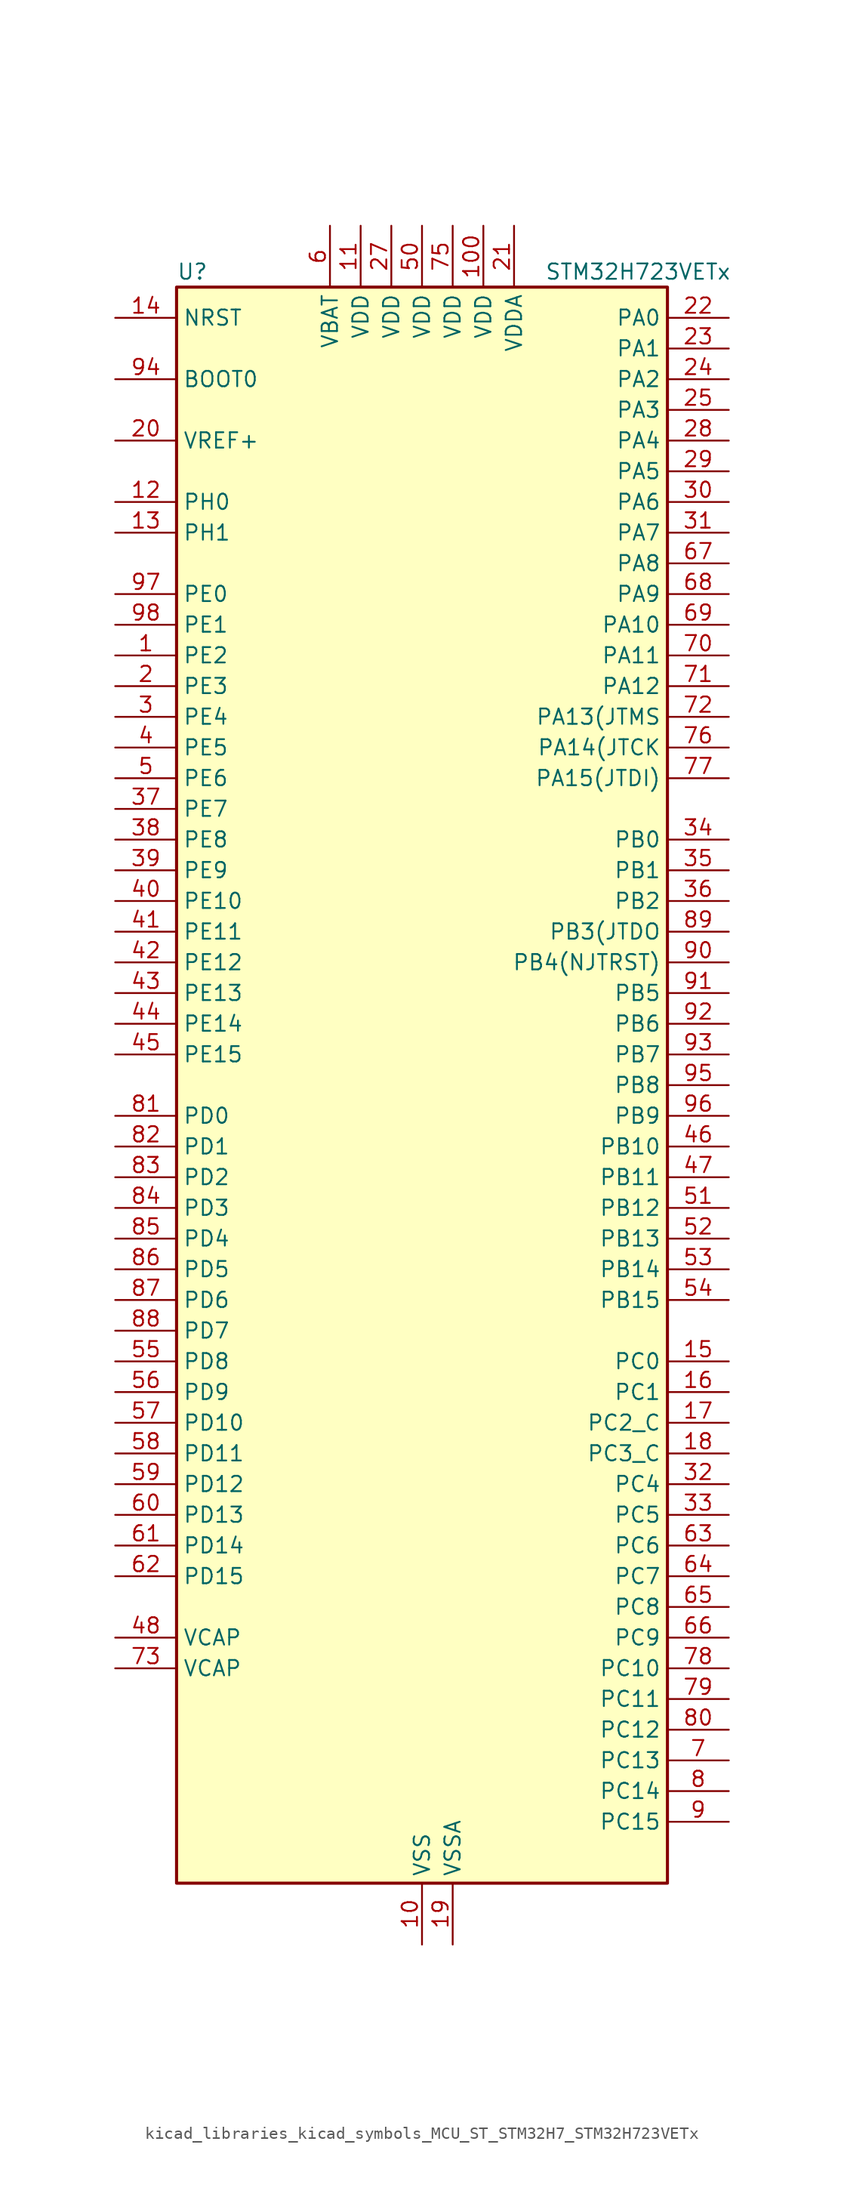
<source format=kicad_sym>
(kicad_symbol_lib
  (version 20220914)
  (generator kicad_symbol_editor)
  (symbol "kicad_libraries_kicad_symbols_MCU_ST_STM32H7_STM32H723VETx"
    (property "Reference" "U"
      (at -20.32 67.31 0)
      (effects (font (size 1.27 1.27)) (justify left)))
    (property "Value" "STM32H723VETx"
      (at 10.16 67.31 0)
      (effects (font (size 1.27 1.27)) (justify left)))
    (property "ki_locked" ""
      (at 0 0 0)
      (effects (font (size 1.27 1.27))))
    (symbol "kicad_libraries_kicad_symbols_MCU_ST_STM32H7_STM32H723VETx_0_1"
      (rectangle (start -20.32 -66.04) (end 20.32 66.04) (stroke (width 0.254) (type default)) (fill (type background))))
    (symbol "kicad_libraries_kicad_symbols_MCU_ST_STM32H7_STM32H723VETx_1_1"
      (pin bidirectional line (at -25.4 35.56 0) (length 5.08) (name "PE2" (effects (font (size 1.27 1.27)))) (number "1" (effects (font (size 1.27 1.27)))) (alternate "DEBUG_TRACECLK" bidirectional line) (alternate "ETH_TXD3" bidirectional line) (alternate "FMC_A23" bidirectional line) (alternate "OCTOSPIM_P1_IO2" bidirectional line) (alternate "SAI1_CK1" bidirectional line) (alternate "SAI1_MCLK_A" bidirectional line) (alternate "SAI4_CK1" bidirectional line) (alternate "SAI4_MCLK_A" bidirectional line) (alternate "SPI4_SCK" bidirectional line) (alternate "USART10_RX" bidirectional line))
      (pin power_in line (at 0 -71.12 90) (length 5.08) (name "VSS" (effects (font (size 1.27 1.27)))) (number "10" (effects (font (size 1.27 1.27)))))
      (pin power_in line (at 5.08 71.12 270) (length 5.08) (name "VDD" (effects (font (size 1.27 1.27)))) (number "100" (effects (font (size 1.27 1.27)))))
      (pin power_in line (at -5.08 71.12 270) (length 5.08) (name "VDD" (effects (font (size 1.27 1.27)))) (number "11" (effects (font (size 1.27 1.27)))))
      (pin bidirectional line (at -25.4 48.26 0) (length 5.08) (name "PH0" (effects (font (size 1.27 1.27)))) (number "12" (effects (font (size 1.27 1.27)))) (alternate "RCC_OSC_IN" bidirectional line))
      (pin bidirectional line (at -25.4 45.72 0) (length 5.08) (name "PH1" (effects (font (size 1.27 1.27)))) (number "13" (effects (font (size 1.27 1.27)))) (alternate "RCC_OSC_OUT" bidirectional line))
      (pin input line (at -25.4 63.5 0) (length 5.08) (name "NRST" (effects (font (size 1.27 1.27)))) (number "14" (effects (font (size 1.27 1.27)))))
      (pin bidirectional line (at 25.4 -22.86 180) (length 5.08) (name "PC0" (effects (font (size 1.27 1.27)))) (number "15" (effects (font (size 1.27 1.27)))) (alternate "ADC1_INP10" bidirectional line) (alternate "ADC2_INP10" bidirectional line) (alternate "ADC3_INP10" bidirectional line) (alternate "DFSDM1_CKIN0" bidirectional line) (alternate "DFSDM1_DATIN4" bidirectional line) (alternate "FMC_A25" bidirectional line) (alternate "FMC_D12" bidirectional line) (alternate "FMC_DA12" bidirectional line) (alternate "FMC_SDNWE" bidirectional line) (alternate "LTDC_G2" bidirectional line) (alternate "LTDC_R5" bidirectional line) (alternate "SAI4_FS_B" bidirectional line) (alternate "USB_OTG_HS_ULPI_STP" bidirectional line))
      (pin bidirectional line (at 25.4 -25.4 180) (length 5.08) (name "PC1" (effects (font (size 1.27 1.27)))) (number "16" (effects (font (size 1.27 1.27)))) (alternate "ADC1_INN10" bidirectional line) (alternate "ADC1_INP11" bidirectional line) (alternate "ADC2_INN10" bidirectional line) (alternate "ADC2_INP11" bidirectional line) (alternate "ADC3_INN10" bidirectional line) (alternate "ADC3_INP11" bidirectional line) (alternate "DEBUG_TRACED0" bidirectional line) (alternate "DFSDM1_CKIN4" bidirectional line) (alternate "DFSDM1_DATIN0" bidirectional line) (alternate "ETH_MDC" bidirectional line) (alternate "I2S2_SDO" bidirectional line) (alternate "LTDC_G5" bidirectional line) (alternate "MDIOS_MDC" bidirectional line) (alternate "OCTOSPIM_P1_IO4" bidirectional line) (alternate "PWR_WKUP6" bidirectional line) (alternate "RTC_TAMP3" bidirectional line) (alternate "SAI1_D1" bidirectional line) (alternate "SAI1_SD_A" bidirectional line) (alternate "SAI4_D1" bidirectional line) (alternate "SAI4_SD_A" bidirectional line) (alternate "SDMMC2_CK" bidirectional line) (alternate "SPI2_MOSI" bidirectional line))
      (pin bidirectional line (at 25.4 -27.94 180) (length 5.08) (name "PC2_C" (effects (font (size 1.27 1.27)))) (number "17" (effects (font (size 1.27 1.27)))) (alternate "ADC3_INN1" bidirectional line) (alternate "ADC3_INP0" bidirectional line) (alternate "DFSDM1_CKIN1" bidirectional line) (alternate "DFSDM1_CKOUT" bidirectional line) (alternate "ETH_TXD2" bidirectional line) (alternate "FMC_SDNE0" bidirectional line) (alternate "I2S2_SDI" bidirectional line) (alternate "OCTOSPIM_P1_IO2" bidirectional line) (alternate "OCTOSPIM_P1_IO5" bidirectional line) (alternate "PWR_CSTOP" bidirectional line) (alternate "SPI2_MISO" bidirectional line) (alternate "USB_OTG_HS_ULPI_DIR" bidirectional line))
      (pin bidirectional line (at 25.4 -30.48 180) (length 5.08) (name "PC3_C" (effects (font (size 1.27 1.27)))) (number "18" (effects (font (size 1.27 1.27)))) (alternate "ADC3_INP1" bidirectional line) (alternate "DFSDM1_DATIN1" bidirectional line) (alternate "ETH_TX_CLK" bidirectional line) (alternate "FMC_SDCKE0" bidirectional line) (alternate "I2S2_SDO" bidirectional line) (alternate "OCTOSPIM_P1_IO0" bidirectional line) (alternate "OCTOSPIM_P1_IO6" bidirectional line) (alternate "PWR_CSLEEP" bidirectional line) (alternate "SPI2_MOSI" bidirectional line) (alternate "USB_OTG_HS_ULPI_NXT" bidirectional line))
      (pin power_in line (at 2.54 -71.12 90) (length 5.08) (name "VSSA" (effects (font (size 1.27 1.27)))) (number "19" (effects (font (size 1.27 1.27)))))
      (pin bidirectional line (at -25.4 33.02 0) (length 5.08) (name "PE3" (effects (font (size 1.27 1.27)))) (number "2" (effects (font (size 1.27 1.27)))) (alternate "DEBUG_TRACED0" bidirectional line) (alternate "FMC_A19" bidirectional line) (alternate "SAI1_SD_B" bidirectional line) (alternate "SAI4_SD_B" bidirectional line) (alternate "TIM15_BKIN" bidirectional line) (alternate "USART10_TX" bidirectional line))
      (pin input line (at -25.4 53.34 0) (length 5.08) (name "VREF+" (effects (font (size 1.27 1.27)))) (number "20" (effects (font (size 1.27 1.27)))) (alternate "VREFBUF_OUT" bidirectional line))
      (pin power_in line (at 7.62 71.12 270) (length 5.08) (name "VDDA" (effects (font (size 1.27 1.27)))) (number "21" (effects (font (size 1.27 1.27)))))
      (pin bidirectional line (at 25.4 63.5 180) (length 5.08) (name "PA0" (effects (font (size 1.27 1.27)))) (number "22" (effects (font (size 1.27 1.27)))) (alternate "ADC1_INP16" bidirectional line) (alternate "ETH_CRS" bidirectional line) (alternate "FMC_A19" bidirectional line) (alternate "I2S6_WS" bidirectional line) (alternate "PWR_WKUP1" bidirectional line) (alternate "SAI4_SD_B" bidirectional line) (alternate "SDMMC2_CMD" bidirectional line) (alternate "SPI6_NSS" bidirectional line) (alternate "TIM15_BKIN" bidirectional line) (alternate "TIM2_CH1" bidirectional line) (alternate "TIM2_ETR" bidirectional line) (alternate "TIM5_CH1" bidirectional line) (alternate "TIM8_ETR" bidirectional line) (alternate "UART4_TX" bidirectional line) (alternate "USART2_CTS" bidirectional line) (alternate "USART2_NSS" bidirectional line))
      (pin bidirectional line (at 25.4 60.96 180) (length 5.08) (name "PA1" (effects (font (size 1.27 1.27)))) (number "23" (effects (font (size 1.27 1.27)))) (alternate "ADC1_INN16" bidirectional line) (alternate "ADC1_INP17" bidirectional line) (alternate "ETH_REF_CLK" bidirectional line) (alternate "ETH_RX_CLK" bidirectional line) (alternate "LPTIM3_OUT" bidirectional line) (alternate "LTDC_R2" bidirectional line) (alternate "OCTOSPIM_P1_DQS" bidirectional line) (alternate "OCTOSPIM_P1_IO3" bidirectional line) (alternate "SAI4_MCLK_B" bidirectional line) (alternate "TIM15_CH1N" bidirectional line) (alternate "TIM2_CH2" bidirectional line) (alternate "TIM5_CH2" bidirectional line) (alternate "UART4_RX" bidirectional line) (alternate "USART2_DE" bidirectional line) (alternate "USART2_RTS" bidirectional line))
      (pin bidirectional line (at 25.4 58.42 180) (length 5.08) (name "PA2" (effects (font (size 1.27 1.27)))) (number "24" (effects (font (size 1.27 1.27)))) (alternate "ADC1_INP14" bidirectional line) (alternate "ADC2_INP14" bidirectional line) (alternate "ETH_MDIO" bidirectional line) (alternate "LPTIM4_OUT" bidirectional line) (alternate "LTDC_R1" bidirectional line) (alternate "MDIOS_MDIO" bidirectional line) (alternate "OCTOSPIM_P1_IO0" bidirectional line) (alternate "PWR_WKUP2" bidirectional line) (alternate "SAI4_SCK_B" bidirectional line) (alternate "TIM15_CH1" bidirectional line) (alternate "TIM2_CH3" bidirectional line) (alternate "TIM5_CH3" bidirectional line) (alternate "USART2_TX" bidirectional line))
      (pin bidirectional line (at 25.4 55.88 180) (length 5.08) (name "PA3" (effects (font (size 1.27 1.27)))) (number "25" (effects (font (size 1.27 1.27)))) (alternate "ADC1_INP15" bidirectional line) (alternate "ADC2_INP15" bidirectional line) (alternate "ETH_COL" bidirectional line) (alternate "I2S6_MCK" bidirectional line) (alternate "LPTIM5_OUT" bidirectional line) (alternate "LTDC_B2" bidirectional line) (alternate "LTDC_B5" bidirectional line) (alternate "OCTOSPIM_P1_CLK" bidirectional line) (alternate "OCTOSPIM_P1_IO2" bidirectional line) (alternate "TIM15_CH2" bidirectional line) (alternate "TIM2_CH4" bidirectional line) (alternate "TIM5_CH4" bidirectional line) (alternate "USART2_RX" bidirectional line) (alternate "USB_OTG_HS_ULPI_D0" bidirectional line))
      (pin passive line (at 0 -71.12 90) (length 5.08) hide (name "VSS" (effects (font (size 1.27 1.27)))) (number "26" (effects (font (size 1.27 1.27)))))
      (pin power_in line (at -2.54 71.12 270) (length 5.08) (name "VDD" (effects (font (size 1.27 1.27)))) (number "27" (effects (font (size 1.27 1.27)))))
      (pin bidirectional line (at 25.4 53.34 180) (length 5.08) (name "PA4" (effects (font (size 1.27 1.27)))) (number "28" (effects (font (size 1.27 1.27)))) (alternate "ADC1_INP18" bidirectional line) (alternate "ADC2_INP18" bidirectional line) (alternate "DAC1_OUT1" bidirectional line) (alternate "DCMI_HSYNC" bidirectional line) (alternate "FMC_D8" bidirectional line) (alternate "FMC_DA8" bidirectional line) (alternate "I2S1_WS" bidirectional line) (alternate "I2S3_WS" bidirectional line) (alternate "I2S6_WS" bidirectional line) (alternate "LTDC_VSYNC" bidirectional line) (alternate "PSSI_DE" bidirectional line) (alternate "SPI1_NSS" bidirectional line) (alternate "SPI3_NSS" bidirectional line) (alternate "SPI6_NSS" bidirectional line) (alternate "TIM5_ETR" bidirectional line) (alternate "USART2_CK" bidirectional line))
      (pin bidirectional line (at 25.4 50.8 180) (length 5.08) (name "PA5" (effects (font (size 1.27 1.27)))) (number "29" (effects (font (size 1.27 1.27)))) (alternate "ADC1_INN18" bidirectional line) (alternate "ADC1_INP19" bidirectional line) (alternate "ADC2_INN18" bidirectional line) (alternate "ADC2_INP19" bidirectional line) (alternate "DAC1_OUT2" bidirectional line) (alternate "FMC_D9" bidirectional line) (alternate "FMC_DA9" bidirectional line) (alternate "I2S1_CK" bidirectional line) (alternate "I2S6_CK" bidirectional line) (alternate "LTDC_R4" bidirectional line) (alternate "PSSI_D14" bidirectional line) (alternate "PWR_NDSTOP2" bidirectional line) (alternate "SPI1_SCK" bidirectional line) (alternate "SPI6_SCK" bidirectional line) (alternate "TIM2_CH1" bidirectional line) (alternate "TIM2_ETR" bidirectional line) (alternate "TIM8_CH1N" bidirectional line) (alternate "USB_OTG_HS_ULPI_CK" bidirectional line))
      (pin bidirectional line (at -25.4 30.48 0) (length 5.08) (name "PE4" (effects (font (size 1.27 1.27)))) (number "3" (effects (font (size 1.27 1.27)))) (alternate "DCMI_D4" bidirectional line) (alternate "DEBUG_TRACED1" bidirectional line) (alternate "DFSDM1_DATIN3" bidirectional line) (alternate "FMC_A20" bidirectional line) (alternate "LTDC_B0" bidirectional line) (alternate "PSSI_D4" bidirectional line) (alternate "SAI1_D2" bidirectional line) (alternate "SAI1_FS_A" bidirectional line) (alternate "SAI4_D2" bidirectional line) (alternate "SAI4_FS_A" bidirectional line) (alternate "SPI4_NSS" bidirectional line) (alternate "TIM15_CH1N" bidirectional line))
      (pin bidirectional line (at 25.4 48.26 180) (length 5.08) (name "PA6" (effects (font (size 1.27 1.27)))) (number "30" (effects (font (size 1.27 1.27)))) (alternate "ADC1_INP3" bidirectional line) (alternate "ADC2_INP3" bidirectional line) (alternate "DCMI_PIXCLK" bidirectional line) (alternate "I2S1_SDI" bidirectional line) (alternate "I2S6_SDI" bidirectional line) (alternate "LTDC_G2" bidirectional line) (alternate "MDIOS_MDC" bidirectional line) (alternate "OCTOSPIM_P1_IO3" bidirectional line) (alternate "PSSI_PDCK" bidirectional line) (alternate "SPI1_MISO" bidirectional line) (alternate "SPI6_MISO" bidirectional line) (alternate "TIM13_CH1" bidirectional line) (alternate "TIM1_BKIN" bidirectional line) (alternate "TIM1_BKIN_COMP1" bidirectional line) (alternate "TIM1_BKIN_COMP2" bidirectional line) (alternate "TIM3_CH1" bidirectional line) (alternate "TIM8_BKIN" bidirectional line) (alternate "TIM8_BKIN_COMP1" bidirectional line) (alternate "TIM8_BKIN_COMP2" bidirectional line))
      (pin bidirectional line (at 25.4 45.72 180) (length 5.08) (name "PA7" (effects (font (size 1.27 1.27)))) (number "31" (effects (font (size 1.27 1.27)))) (alternate "ADC1_INN3" bidirectional line) (alternate "ADC1_INP7" bidirectional line) (alternate "ADC2_INN3" bidirectional line) (alternate "ADC2_INP7" bidirectional line) (alternate "ETH_CRS_DV" bidirectional line) (alternate "ETH_RX_DV" bidirectional line) (alternate "FMC_SDNWE" bidirectional line) (alternate "I2S1_SDO" bidirectional line) (alternate "I2S6_SDO" bidirectional line) (alternate "LTDC_VSYNC" bidirectional line) (alternate "OCTOSPIM_P1_IO2" bidirectional line) (alternate "OPAMP1_VINM" bidirectional line) (alternate "SPI1_MOSI" bidirectional line) (alternate "SPI6_MOSI" bidirectional line) (alternate "TIM14_CH1" bidirectional line) (alternate "TIM1_CH1N" bidirectional line) (alternate "TIM3_CH2" bidirectional line) (alternate "TIM8_CH1N" bidirectional line))
      (pin bidirectional line (at 25.4 -33.02 180) (length 5.08) (name "PC4" (effects (font (size 1.27 1.27)))) (number "32" (effects (font (size 1.27 1.27)))) (alternate "ADC1_INP4" bidirectional line) (alternate "ADC2_INP4" bidirectional line) (alternate "COMP1_INM" bidirectional line) (alternate "DFSDM1_CKIN2" bidirectional line) (alternate "ETH_RXD0" bidirectional line) (alternate "FMC_A22" bidirectional line) (alternate "FMC_SDNE0" bidirectional line) (alternate "I2S1_MCK" bidirectional line) (alternate "LTDC_R7" bidirectional line) (alternate "OPAMP1_VOUT" bidirectional line) (alternate "SDMMC2_CKIN" bidirectional line) (alternate "SPDIFRX1_IN2" bidirectional line))
      (pin bidirectional line (at 25.4 -35.56 180) (length 5.08) (name "PC5" (effects (font (size 1.27 1.27)))) (number "33" (effects (font (size 1.27 1.27)))) (alternate "ADC1_INN4" bidirectional line) (alternate "ADC1_INP8" bidirectional line) (alternate "ADC2_INN4" bidirectional line) (alternate "ADC2_INP8" bidirectional line) (alternate "COMP1_OUT" bidirectional line) (alternate "DFSDM1_DATIN2" bidirectional line) (alternate "ETH_RXD1" bidirectional line) (alternate "FMC_SDCKE0" bidirectional line) (alternate "LTDC_DE" bidirectional line) (alternate "OCTOSPIM_P1_DQS" bidirectional line) (alternate "OPAMP1_VINM" bidirectional line) (alternate "PSSI_D15" bidirectional line) (alternate "SAI1_D3" bidirectional line) (alternate "SAI4_D3" bidirectional line) (alternate "SPDIFRX1_IN3" bidirectional line))
      (pin bidirectional line (at 25.4 20.32 180) (length 5.08) (name "PB0" (effects (font (size 1.27 1.27)))) (number "34" (effects (font (size 1.27 1.27)))) (alternate "ADC1_INN5" bidirectional line) (alternate "ADC1_INP9" bidirectional line) (alternate "ADC2_INN5" bidirectional line) (alternate "ADC2_INP9" bidirectional line) (alternate "COMP1_INP" bidirectional line) (alternate "DFSDM1_CKOUT" bidirectional line) (alternate "ETH_RXD2" bidirectional line) (alternate "LTDC_G1" bidirectional line) (alternate "LTDC_R3" bidirectional line) (alternate "OCTOSPIM_P1_IO1" bidirectional line) (alternate "OPAMP1_VINP" bidirectional line) (alternate "TIM1_CH2N" bidirectional line) (alternate "TIM3_CH3" bidirectional line) (alternate "TIM8_CH2N" bidirectional line) (alternate "UART4_CTS" bidirectional line) (alternate "USB_OTG_HS_ULPI_D1" bidirectional line))
      (pin bidirectional line (at 25.4 17.78 180) (length 5.08) (name "PB1" (effects (font (size 1.27 1.27)))) (number "35" (effects (font (size 1.27 1.27)))) (alternate "ADC1_INP5" bidirectional line) (alternate "ADC2_INP5" bidirectional line) (alternate "COMP1_INM" bidirectional line) (alternate "DFSDM1_DATIN1" bidirectional line) (alternate "ETH_RXD3" bidirectional line) (alternate "LTDC_G0" bidirectional line) (alternate "LTDC_R6" bidirectional line) (alternate "OCTOSPIM_P1_IO0" bidirectional line) (alternate "TIM1_CH3N" bidirectional line) (alternate "TIM3_CH4" bidirectional line) (alternate "TIM8_CH3N" bidirectional line) (alternate "USB_OTG_HS_ULPI_D2" bidirectional line))
      (pin bidirectional line (at 25.4 15.24 180) (length 5.08) (name "PB2" (effects (font (size 1.27 1.27)))) (number "36" (effects (font (size 1.27 1.27)))) (alternate "COMP1_INP" bidirectional line) (alternate "DFSDM1_CKIN1" bidirectional line) (alternate "ETH_TX_ER" bidirectional line) (alternate "I2S3_SDO" bidirectional line) (alternate "OCTOSPIM_P1_CLK" bidirectional line) (alternate "OCTOSPIM_P1_DQS" bidirectional line) (alternate "RTC_OUT_ALARM" bidirectional line) (alternate "RTC_OUT_CALIB" bidirectional line) (alternate "SAI1_D1" bidirectional line) (alternate "SAI1_SD_A" bidirectional line) (alternate "SAI4_D1" bidirectional line) (alternate "SAI4_SD_A" bidirectional line) (alternate "SPI3_MOSI" bidirectional line) (alternate "TIM23_ETR" bidirectional line))
      (pin bidirectional line (at -25.4 22.86 0) (length 5.08) (name "PE7" (effects (font (size 1.27 1.27)))) (number "37" (effects (font (size 1.27 1.27)))) (alternate "COMP2_INM" bidirectional line) (alternate "DFSDM1_DATIN2" bidirectional line) (alternate "FMC_D4" bidirectional line) (alternate "FMC_DA4" bidirectional line) (alternate "OCTOSPIM_P1_IO4" bidirectional line) (alternate "OPAMP2_VOUT" bidirectional line) (alternate "TIM1_ETR" bidirectional line) (alternate "UART7_RX" bidirectional line))
      (pin bidirectional line (at -25.4 20.32 0) (length 5.08) (name "PE8" (effects (font (size 1.27 1.27)))) (number "38" (effects (font (size 1.27 1.27)))) (alternate "COMP2_OUT" bidirectional line) (alternate "DFSDM1_CKIN2" bidirectional line) (alternate "FMC_D5" bidirectional line) (alternate "FMC_DA5" bidirectional line) (alternate "OCTOSPIM_P1_IO5" bidirectional line) (alternate "OPAMP2_VINM" bidirectional line) (alternate "TIM1_CH1N" bidirectional line) (alternate "UART7_TX" bidirectional line))
      (pin bidirectional line (at -25.4 17.78 0) (length 5.08) (name "PE9" (effects (font (size 1.27 1.27)))) (number "39" (effects (font (size 1.27 1.27)))) (alternate "COMP2_INP" bidirectional line) (alternate "DAC1_EXTI9" bidirectional line) (alternate "DFSDM1_CKOUT" bidirectional line) (alternate "FMC_D6" bidirectional line) (alternate "FMC_DA6" bidirectional line) (alternate "OCTOSPIM_P1_IO6" bidirectional line) (alternate "OPAMP2_VINP" bidirectional line) (alternate "TIM1_CH1" bidirectional line) (alternate "UART7_DE" bidirectional line) (alternate "UART7_RTS" bidirectional line))
      (pin bidirectional line (at -25.4 27.94 0) (length 5.08) (name "PE5" (effects (font (size 1.27 1.27)))) (number "4" (effects (font (size 1.27 1.27)))) (alternate "DCMI_D6" bidirectional line) (alternate "DEBUG_TRACED2" bidirectional line) (alternate "DFSDM1_CKIN3" bidirectional line) (alternate "FMC_A21" bidirectional line) (alternate "LTDC_G0" bidirectional line) (alternate "PSSI_D6" bidirectional line) (alternate "SAI1_CK2" bidirectional line) (alternate "SAI1_SCK_A" bidirectional line) (alternate "SAI4_CK2" bidirectional line) (alternate "SAI4_SCK_A" bidirectional line) (alternate "SPI4_MISO" bidirectional line) (alternate "TIM15_CH1" bidirectional line))
      (pin bidirectional line (at -25.4 15.24 0) (length 5.08) (name "PE10" (effects (font (size 1.27 1.27)))) (number "40" (effects (font (size 1.27 1.27)))) (alternate "COMP2_INM" bidirectional line) (alternate "DFSDM1_DATIN4" bidirectional line) (alternate "FMC_D7" bidirectional line) (alternate "FMC_DA7" bidirectional line) (alternate "OCTOSPIM_P1_IO7" bidirectional line) (alternate "TIM1_CH2N" bidirectional line) (alternate "UART7_CTS" bidirectional line))
      (pin bidirectional line (at -25.4 12.7 0) (length 5.08) (name "PE11" (effects (font (size 1.27 1.27)))) (number "41" (effects (font (size 1.27 1.27)))) (alternate "ADC1_EXTI11" bidirectional line) (alternate "ADC2_EXTI11" bidirectional line) (alternate "ADC3_EXTI11" bidirectional line) (alternate "COMP2_INP" bidirectional line) (alternate "DFSDM1_CKIN4" bidirectional line) (alternate "FMC_D8" bidirectional line) (alternate "FMC_DA8" bidirectional line) (alternate "LTDC_G3" bidirectional line) (alternate "OCTOSPIM_P1_NCS" bidirectional line) (alternate "SAI4_SD_B" bidirectional line) (alternate "SPI4_NSS" bidirectional line) (alternate "TIM1_CH2" bidirectional line))
      (pin bidirectional line (at -25.4 10.16 0) (length 5.08) (name "PE12" (effects (font (size 1.27 1.27)))) (number "42" (effects (font (size 1.27 1.27)))) (alternate "COMP1_OUT" bidirectional line) (alternate "DFSDM1_DATIN5" bidirectional line) (alternate "FMC_D9" bidirectional line) (alternate "FMC_DA9" bidirectional line) (alternate "LTDC_B4" bidirectional line) (alternate "SAI4_SCK_B" bidirectional line) (alternate "SPI4_SCK" bidirectional line) (alternate "TIM1_CH3N" bidirectional line))
      (pin bidirectional line (at -25.4 7.62 0) (length 5.08) (name "PE13" (effects (font (size 1.27 1.27)))) (number "43" (effects (font (size 1.27 1.27)))) (alternate "COMP2_OUT" bidirectional line) (alternate "DFSDM1_CKIN5" bidirectional line) (alternate "FMC_D10" bidirectional line) (alternate "FMC_DA10" bidirectional line) (alternate "LTDC_DE" bidirectional line) (alternate "SAI4_FS_B" bidirectional line) (alternate "SPI4_MISO" bidirectional line) (alternate "TIM1_CH3" bidirectional line))
      (pin bidirectional line (at -25.4 5.08 0) (length 5.08) (name "PE14" (effects (font (size 1.27 1.27)))) (number "44" (effects (font (size 1.27 1.27)))) (alternate "FMC_D11" bidirectional line) (alternate "FMC_DA11" bidirectional line) (alternate "LTDC_CLK" bidirectional line) (alternate "SAI4_MCLK_B" bidirectional line) (alternate "SPI4_MOSI" bidirectional line) (alternate "TIM1_CH4" bidirectional line))
      (pin bidirectional line (at -25.4 2.54 0) (length 5.08) (name "PE15" (effects (font (size 1.27 1.27)))) (number "45" (effects (font (size 1.27 1.27)))) (alternate "ADC1_EXTI15" bidirectional line) (alternate "ADC2_EXTI15" bidirectional line) (alternate "ADC3_EXTI15" bidirectional line) (alternate "FMC_D12" bidirectional line) (alternate "FMC_DA12" bidirectional line) (alternate "LTDC_R7" bidirectional line) (alternate "TIM1_BKIN" bidirectional line) (alternate "TIM1_BKIN_COMP1" bidirectional line) (alternate "TIM1_BKIN_COMP2" bidirectional line) (alternate "USART10_CK" bidirectional line))
      (pin bidirectional line (at 25.4 -5.08 180) (length 5.08) (name "PB10" (effects (font (size 1.27 1.27)))) (number "46" (effects (font (size 1.27 1.27)))) (alternate "DFSDM1_DATIN7" bidirectional line) (alternate "ETH_RX_ER" bidirectional line) (alternate "I2C2_SCL" bidirectional line) (alternate "I2S2_CK" bidirectional line) (alternate "LPTIM2_IN1" bidirectional line) (alternate "LTDC_G4" bidirectional line) (alternate "OCTOSPIM_P1_NCS" bidirectional line) (alternate "SPI2_SCK" bidirectional line) (alternate "TIM2_CH3" bidirectional line) (alternate "USART3_TX" bidirectional line) (alternate "USB_OTG_HS_ULPI_D3" bidirectional line))
      (pin bidirectional line (at 25.4 -7.62 180) (length 5.08) (name "PB11" (effects (font (size 1.27 1.27)))) (number "47" (effects (font (size 1.27 1.27)))) (alternate "ADC1_EXTI11" bidirectional line) (alternate "ADC2_EXTI11" bidirectional line) (alternate "ADC3_EXTI11" bidirectional line) (alternate "DFSDM1_CKIN7" bidirectional line) (alternate "ETH_TX_EN" bidirectional line) (alternate "I2C2_SDA" bidirectional line) (alternate "LPTIM2_ETR" bidirectional line) (alternate "LTDC_G5" bidirectional line) (alternate "TIM2_CH4" bidirectional line) (alternate "USART3_RX" bidirectional line) (alternate "USB_OTG_HS_ULPI_D4" bidirectional line))
      (pin power_out line (at -25.4 -45.72 0) (length 5.08) (name "VCAP" (effects (font (size 1.27 1.27)))) (number "48" (effects (font (size 1.27 1.27)))))
      (pin passive line (at 0 -71.12 90) (length 5.08) hide (name "VSS" (effects (font (size 1.27 1.27)))) (number "49" (effects (font (size 1.27 1.27)))))
      (pin bidirectional line (at -25.4 25.4 0) (length 5.08) (name "PE6" (effects (font (size 1.27 1.27)))) (number "5" (effects (font (size 1.27 1.27)))) (alternate "DCMI_D7" bidirectional line) (alternate "DEBUG_TRACED3" bidirectional line) (alternate "FMC_A22" bidirectional line) (alternate "LTDC_G1" bidirectional line) (alternate "PSSI_D7" bidirectional line) (alternate "SAI1_D1" bidirectional line) (alternate "SAI1_SD_A" bidirectional line) (alternate "SAI4_D1" bidirectional line) (alternate "SAI4_MCLK_B" bidirectional line) (alternate "SAI4_SD_A" bidirectional line) (alternate "SPI4_MOSI" bidirectional line) (alternate "TIM15_CH2" bidirectional line) (alternate "TIM1_BKIN2" bidirectional line) (alternate "TIM1_BKIN2_COMP1" bidirectional line) (alternate "TIM1_BKIN2_COMP2" bidirectional line))
      (pin power_in line (at 0 71.12 270) (length 5.08) (name "VDD" (effects (font (size 1.27 1.27)))) (number "50" (effects (font (size 1.27 1.27)))))
      (pin bidirectional line (at 25.4 -10.16 180) (length 5.08) (name "PB12" (effects (font (size 1.27 1.27)))) (number "51" (effects (font (size 1.27 1.27)))) (alternate "DFSDM1_DATIN1" bidirectional line) (alternate "ETH_TXD0" bidirectional line) (alternate "FDCAN2_RX" bidirectional line) (alternate "I2C2_SMBA" bidirectional line) (alternate "I2S2_WS" bidirectional line) (alternate "OCTOSPIM_P1_IO0" bidirectional line) (alternate "OCTOSPIM_P1_NCLK" bidirectional line) (alternate "SPI2_NSS" bidirectional line) (alternate "TIM1_BKIN" bidirectional line) (alternate "TIM1_BKIN_COMP1" bidirectional line) (alternate "TIM1_BKIN_COMP2" bidirectional line) (alternate "UART5_RX" bidirectional line) (alternate "USART3_CK" bidirectional line) (alternate "USB_OTG_HS_ULPI_D5" bidirectional line))
      (pin bidirectional line (at 25.4 -12.7 180) (length 5.08) (name "PB13" (effects (font (size 1.27 1.27)))) (number "52" (effects (font (size 1.27 1.27)))) (alternate "DCMI_D2" bidirectional line) (alternate "DFSDM1_CKIN1" bidirectional line) (alternate "ETH_TXD1" bidirectional line) (alternate "FDCAN2_TX" bidirectional line) (alternate "I2S2_CK" bidirectional line) (alternate "LPTIM2_OUT" bidirectional line) (alternate "OCTOSPIM_P1_IO2" bidirectional line) (alternate "PSSI_D2" bidirectional line) (alternate "SDMMC1_D0" bidirectional line) (alternate "SPI2_SCK" bidirectional line) (alternate "TIM1_CH1N" bidirectional line) (alternate "UART5_TX" bidirectional line) (alternate "USART3_CTS" bidirectional line) (alternate "USART3_NSS" bidirectional line) (alternate "USB_OTG_HS_ULPI_D6" bidirectional line))
      (pin bidirectional line (at 25.4 -15.24 180) (length 5.08) (name "PB14" (effects (font (size 1.27 1.27)))) (number "53" (effects (font (size 1.27 1.27)))) (alternate "DFSDM1_DATIN2" bidirectional line) (alternate "FMC_D10" bidirectional line) (alternate "FMC_DA10" bidirectional line) (alternate "I2S2_SDI" bidirectional line) (alternate "LTDC_CLK" bidirectional line) (alternate "SDMMC2_D0" bidirectional line) (alternate "SPI2_MISO" bidirectional line) (alternate "TIM12_CH1" bidirectional line) (alternate "TIM1_CH2N" bidirectional line) (alternate "TIM8_CH2N" bidirectional line) (alternate "UART4_DE" bidirectional line) (alternate "UART4_RTS" bidirectional line) (alternate "USART1_TX" bidirectional line) (alternate "USART3_DE" bidirectional line) (alternate "USART3_RTS" bidirectional line))
      (pin bidirectional line (at 25.4 -17.78 180) (length 5.08) (name "PB15" (effects (font (size 1.27 1.27)))) (number "54" (effects (font (size 1.27 1.27)))) (alternate "ADC1_EXTI15" bidirectional line) (alternate "ADC2_EXTI15" bidirectional line) (alternate "ADC3_EXTI15" bidirectional line) (alternate "DFSDM1_CKIN2" bidirectional line) (alternate "FMC_D11" bidirectional line) (alternate "FMC_DA11" bidirectional line) (alternate "I2S2_SDO" bidirectional line) (alternate "LTDC_G7" bidirectional line) (alternate "RTC_REFIN" bidirectional line) (alternate "SDMMC2_D1" bidirectional line) (alternate "SPI2_MOSI" bidirectional line) (alternate "TIM12_CH2" bidirectional line) (alternate "TIM1_CH3N" bidirectional line) (alternate "TIM8_CH3N" bidirectional line) (alternate "UART4_CTS" bidirectional line) (alternate "USART1_RX" bidirectional line))
      (pin bidirectional line (at -25.4 -22.86 0) (length 5.08) (name "PD8" (effects (font (size 1.27 1.27)))) (number "55" (effects (font (size 1.27 1.27)))) (alternate "DFSDM1_CKIN3" bidirectional line) (alternate "FMC_D13" bidirectional line) (alternate "FMC_DA13" bidirectional line) (alternate "SPDIFRX1_IN1" bidirectional line) (alternate "USART3_TX" bidirectional line))
      (pin bidirectional line (at -25.4 -25.4 0) (length 5.08) (name "PD9" (effects (font (size 1.27 1.27)))) (number "56" (effects (font (size 1.27 1.27)))) (alternate "DAC1_EXTI9" bidirectional line) (alternate "DFSDM1_DATIN3" bidirectional line) (alternate "FMC_D14" bidirectional line) (alternate "FMC_DA14" bidirectional line) (alternate "USART3_RX" bidirectional line))
      (pin bidirectional line (at -25.4 -27.94 0) (length 5.08) (name "PD10" (effects (font (size 1.27 1.27)))) (number "57" (effects (font (size 1.27 1.27)))) (alternate "DFSDM1_CKOUT" bidirectional line) (alternate "FMC_D15" bidirectional line) (alternate "FMC_DA15" bidirectional line) (alternate "LTDC_B3" bidirectional line) (alternate "USART3_CK" bidirectional line))
      (pin bidirectional line (at -25.4 -30.48 0) (length 5.08) (name "PD11" (effects (font (size 1.27 1.27)))) (number "58" (effects (font (size 1.27 1.27)))) (alternate "ADC1_EXTI11" bidirectional line) (alternate "ADC2_EXTI11" bidirectional line) (alternate "ADC3_EXTI11" bidirectional line) (alternate "FMC_A16" bidirectional line) (alternate "FMC_CLE" bidirectional line) (alternate "I2C4_SMBA" bidirectional line) (alternate "LPTIM2_IN2" bidirectional line) (alternate "OCTOSPIM_P1_IO0" bidirectional line) (alternate "SAI4_SD_A" bidirectional line) (alternate "USART3_CTS" bidirectional line) (alternate "USART3_NSS" bidirectional line))
      (pin bidirectional line (at -25.4 -33.02 0) (length 5.08) (name "PD12" (effects (font (size 1.27 1.27)))) (number "59" (effects (font (size 1.27 1.27)))) (alternate "DCMI_D12" bidirectional line) (alternate "FDCAN3_RX" bidirectional line) (alternate "FMC_A17" bidirectional line) (alternate "FMC_ALE" bidirectional line) (alternate "I2C4_SCL" bidirectional line) (alternate "LPTIM1_IN1" bidirectional line) (alternate "LPTIM2_IN1" bidirectional line) (alternate "OCTOSPIM_P1_IO1" bidirectional line) (alternate "PSSI_D12" bidirectional line) (alternate "SAI4_FS_A" bidirectional line) (alternate "TIM4_CH1" bidirectional line) (alternate "USART3_DE" bidirectional line) (alternate "USART3_RTS" bidirectional line))
      (pin power_in line (at -7.62 71.12 270) (length 5.08) (name "VBAT" (effects (font (size 1.27 1.27)))) (number "6" (effects (font (size 1.27 1.27)))))
      (pin bidirectional line (at -25.4 -35.56 0) (length 5.08) (name "PD13" (effects (font (size 1.27 1.27)))) (number "60" (effects (font (size 1.27 1.27)))) (alternate "DCMI_D13" bidirectional line) (alternate "FDCAN3_TX" bidirectional line) (alternate "FMC_A18" bidirectional line) (alternate "I2C4_SDA" bidirectional line) (alternate "LPTIM1_OUT" bidirectional line) (alternate "OCTOSPIM_P1_IO3" bidirectional line) (alternate "PSSI_D13" bidirectional line) (alternate "SAI4_SCK_A" bidirectional line) (alternate "TIM4_CH2" bidirectional line) (alternate "UART9_DE" bidirectional line) (alternate "UART9_RTS" bidirectional line))
      (pin bidirectional line (at -25.4 -38.1 0) (length 5.08) (name "PD14" (effects (font (size 1.27 1.27)))) (number "61" (effects (font (size 1.27 1.27)))) (alternate "FMC_D0" bidirectional line) (alternate "FMC_DA0" bidirectional line) (alternate "TIM4_CH3" bidirectional line) (alternate "UART8_CTS" bidirectional line) (alternate "UART9_RX" bidirectional line))
      (pin bidirectional line (at -25.4 -40.64 0) (length 5.08) (name "PD15" (effects (font (size 1.27 1.27)))) (number "62" (effects (font (size 1.27 1.27)))) (alternate "ADC1_EXTI15" bidirectional line) (alternate "ADC2_EXTI15" bidirectional line) (alternate "ADC3_EXTI15" bidirectional line) (alternate "FMC_D1" bidirectional line) (alternate "FMC_DA1" bidirectional line) (alternate "TIM4_CH4" bidirectional line) (alternate "UART8_DE" bidirectional line) (alternate "UART8_RTS" bidirectional line) (alternate "UART9_TX" bidirectional line))
      (pin bidirectional line (at 25.4 -38.1 180) (length 5.08) (name "PC6" (effects (font (size 1.27 1.27)))) (number "63" (effects (font (size 1.27 1.27)))) (alternate "DCMI_D0" bidirectional line) (alternate "DFSDM1_CKIN3" bidirectional line) (alternate "FMC_NWAIT" bidirectional line) (alternate "I2S2_MCK" bidirectional line) (alternate "LTDC_HSYNC" bidirectional line) (alternate "PSSI_D0" bidirectional line) (alternate "SDMMC1_D0DIR" bidirectional line) (alternate "SDMMC1_D6" bidirectional line) (alternate "SDMMC2_D6" bidirectional line) (alternate "SWPMI1_IO" bidirectional line) (alternate "TIM3_CH1" bidirectional line) (alternate "TIM8_CH1" bidirectional line) (alternate "USART6_TX" bidirectional line))
      (pin bidirectional line (at 25.4 -40.64 180) (length 5.08) (name "PC7" (effects (font (size 1.27 1.27)))) (number "64" (effects (font (size 1.27 1.27)))) (alternate "DCMI_D1" bidirectional line) (alternate "DEBUG_TRGIO" bidirectional line) (alternate "DFSDM1_DATIN3" bidirectional line) (alternate "FMC_NE1" bidirectional line) (alternate "I2S3_MCK" bidirectional line) (alternate "LTDC_G6" bidirectional line) (alternate "PSSI_D1" bidirectional line) (alternate "SDMMC1_D123DIR" bidirectional line) (alternate "SDMMC1_D7" bidirectional line) (alternate "SDMMC2_D7" bidirectional line) (alternate "SWPMI1_TX" bidirectional line) (alternate "TIM3_CH2" bidirectional line) (alternate "TIM8_CH2" bidirectional line) (alternate "USART6_RX" bidirectional line))
      (pin bidirectional line (at 25.4 -43.18 180) (length 5.08) (name "PC8" (effects (font (size 1.27 1.27)))) (number "65" (effects (font (size 1.27 1.27)))) (alternate "DCMI_D2" bidirectional line) (alternate "DEBUG_TRACED1" bidirectional line) (alternate "FMC_INT" bidirectional line) (alternate "FMC_NCE" bidirectional line) (alternate "FMC_NE2" bidirectional line) (alternate "PSSI_D2" bidirectional line) (alternate "SDMMC1_D0" bidirectional line) (alternate "SWPMI1_RX" bidirectional line) (alternate "TIM3_CH3" bidirectional line) (alternate "TIM8_CH3" bidirectional line) (alternate "UART5_DE" bidirectional line) (alternate "UART5_RTS" bidirectional line) (alternate "USART6_CK" bidirectional line))
      (pin bidirectional line (at 25.4 -45.72 180) (length 5.08) (name "PC9" (effects (font (size 1.27 1.27)))) (number "66" (effects (font (size 1.27 1.27)))) (alternate "DAC1_EXTI9" bidirectional line) (alternate "DCMI_D3" bidirectional line) (alternate "I2C3_SDA" bidirectional line) (alternate "I2C5_SDA" bidirectional line) (alternate "I2S_CKIN" bidirectional line) (alternate "LTDC_B2" bidirectional line) (alternate "LTDC_G3" bidirectional line) (alternate "OCTOSPIM_P1_IO0" bidirectional line) (alternate "PSSI_D3" bidirectional line) (alternate "RCC_MCO_2" bidirectional line) (alternate "SDMMC1_D1" bidirectional line) (alternate "SWPMI1_SUSPEND" bidirectional line) (alternate "TIM3_CH4" bidirectional line) (alternate "TIM8_CH4" bidirectional line) (alternate "UART5_CTS" bidirectional line))
      (pin bidirectional line (at 25.4 43.18 180) (length 5.08) (name "PA8" (effects (font (size 1.27 1.27)))) (number "67" (effects (font (size 1.27 1.27)))) (alternate "I2C3_SCL" bidirectional line) (alternate "I2C5_SCL" bidirectional line) (alternate "LTDC_B3" bidirectional line) (alternate "LTDC_R6" bidirectional line) (alternate "RCC_MCO_1" bidirectional line) (alternate "TIM1_CH1" bidirectional line) (alternate "TIM8_BKIN2" bidirectional line) (alternate "TIM8_BKIN2_COMP1" bidirectional line) (alternate "TIM8_BKIN2_COMP2" bidirectional line) (alternate "UART7_RX" bidirectional line) (alternate "USART1_CK" bidirectional line) (alternate "USB_OTG_HS_SOF" bidirectional line))
      (pin bidirectional line (at 25.4 40.64 180) (length 5.08) (name "PA9" (effects (font (size 1.27 1.27)))) (number "68" (effects (font (size 1.27 1.27)))) (alternate "DAC1_EXTI9" bidirectional line) (alternate "DCMI_D0" bidirectional line) (alternate "ETH_TX_ER" bidirectional line) (alternate "I2C3_SMBA" bidirectional line) (alternate "I2C5_SMBA" bidirectional line) (alternate "I2S2_CK" bidirectional line) (alternate "LPUART1_TX" bidirectional line) (alternate "LTDC_R5" bidirectional line) (alternate "PSSI_D0" bidirectional line) (alternate "SPI2_SCK" bidirectional line) (alternate "TIM1_CH2" bidirectional line) (alternate "USART1_TX" bidirectional line) (alternate "USB_OTG_HS_VBUS" bidirectional line))
      (pin bidirectional line (at 25.4 38.1 180) (length 5.08) (name "PA10" (effects (font (size 1.27 1.27)))) (number "69" (effects (font (size 1.27 1.27)))) (alternate "DCMI_D1" bidirectional line) (alternate "LPUART1_RX" bidirectional line) (alternate "LTDC_B1" bidirectional line) (alternate "LTDC_B4" bidirectional line) (alternate "MDIOS_MDIO" bidirectional line) (alternate "PSSI_D1" bidirectional line) (alternate "TIM1_CH3" bidirectional line) (alternate "USART1_RX" bidirectional line) (alternate "USB_OTG_HS_ID" bidirectional line))
      (pin bidirectional line (at 25.4 -55.88 180) (length 5.08) (name "PC13" (effects (font (size 1.27 1.27)))) (number "7" (effects (font (size 1.27 1.27)))) (alternate "PWR_WKUP4" bidirectional line) (alternate "RTC_OUT_ALARM" bidirectional line) (alternate "RTC_OUT_CALIB" bidirectional line) (alternate "RTC_TAMP1" bidirectional line) (alternate "RTC_TS" bidirectional line))
      (pin bidirectional line (at 25.4 35.56 180) (length 5.08) (name "PA11" (effects (font (size 1.27 1.27)))) (number "70" (effects (font (size 1.27 1.27)))) (alternate "ADC1_EXTI11" bidirectional line) (alternate "ADC2_EXTI11" bidirectional line) (alternate "ADC3_EXTI11" bidirectional line) (alternate "FDCAN1_RX" bidirectional line) (alternate "I2S2_WS" bidirectional line) (alternate "LPUART1_CTS" bidirectional line) (alternate "LTDC_R4" bidirectional line) (alternate "SPI2_NSS" bidirectional line) (alternate "TIM1_CH4" bidirectional line) (alternate "UART4_RX" bidirectional line) (alternate "USART1_CTS" bidirectional line) (alternate "USART1_NSS" bidirectional line) (alternate "USB_OTG_HS_DM" bidirectional line))
      (pin bidirectional line (at 25.4 33.02 180) (length 5.08) (name "PA12" (effects (font (size 1.27 1.27)))) (number "71" (effects (font (size 1.27 1.27)))) (alternate "FDCAN1_TX" bidirectional line) (alternate "I2S2_CK" bidirectional line) (alternate "LPUART1_DE" bidirectional line) (alternate "LPUART1_RTS" bidirectional line) (alternate "LTDC_R5" bidirectional line) (alternate "SAI4_FS_B" bidirectional line) (alternate "SPI2_SCK" bidirectional line) (alternate "TIM1_BKIN2" bidirectional line) (alternate "TIM1_ETR" bidirectional line) (alternate "UART4_TX" bidirectional line) (alternate "USART1_DE" bidirectional line) (alternate "USART1_RTS" bidirectional line) (alternate "USB_OTG_HS_DP" bidirectional line))
      (pin bidirectional line (at 25.4 30.48 180) (length 5.08) (name "PA13(JTMS" (effects (font (size 1.27 1.27)))) (number "72" (effects (font (size 1.27 1.27)))) (alternate "DEBUG_JTMS-SWDIO" bidirectional line))
      (pin power_out line (at -25.4 -48.26 0) (length 5.08) (name "VCAP" (effects (font (size 1.27 1.27)))) (number "73" (effects (font (size 1.27 1.27)))))
      (pin passive line (at 0 -71.12 90) (length 5.08) hide (name "VSS" (effects (font (size 1.27 1.27)))) (number "74" (effects (font (size 1.27 1.27)))))
      (pin power_in line (at 2.54 71.12 270) (length 5.08) (name "VDD" (effects (font (size 1.27 1.27)))) (number "75" (effects (font (size 1.27 1.27)))))
      (pin bidirectional line (at 25.4 27.94 180) (length 5.08) (name "PA14(JTCK" (effects (font (size 1.27 1.27)))) (number "76" (effects (font (size 1.27 1.27)))) (alternate "DEBUG_JTCK-SWCLK" bidirectional line))
      (pin bidirectional line (at 25.4 25.4 180) (length 5.08) (name "PA15(JTDI)" (effects (font (size 1.27 1.27)))) (number "77" (effects (font (size 1.27 1.27)))) (alternate "ADC1_EXTI15" bidirectional line) (alternate "ADC2_EXTI15" bidirectional line) (alternate "ADC3_EXTI15" bidirectional line) (alternate "CEC" bidirectional line) (alternate "DEBUG_JTDI" bidirectional line) (alternate "I2S1_WS" bidirectional line) (alternate "I2S3_WS" bidirectional line) (alternate "I2S6_WS" bidirectional line) (alternate "LTDC_B6" bidirectional line) (alternate "LTDC_R3" bidirectional line) (alternate "SPI1_NSS" bidirectional line) (alternate "SPI3_NSS" bidirectional line) (alternate "SPI6_NSS" bidirectional line) (alternate "TIM2_CH1" bidirectional line) (alternate "TIM2_ETR" bidirectional line) (alternate "UART4_DE" bidirectional line) (alternate "UART4_RTS" bidirectional line) (alternate "UART7_TX" bidirectional line))
      (pin bidirectional line (at 25.4 -48.26 180) (length 5.08) (name "PC10" (effects (font (size 1.27 1.27)))) (number "78" (effects (font (size 1.27 1.27)))) (alternate "DCMI_D8" bidirectional line) (alternate "DFSDM1_CKIN5" bidirectional line) (alternate "I2C5_SDA" bidirectional line) (alternate "I2S3_CK" bidirectional line) (alternate "LTDC_B1" bidirectional line) (alternate "LTDC_R2" bidirectional line) (alternate "OCTOSPIM_P1_IO1" bidirectional line) (alternate "PSSI_D8" bidirectional line) (alternate "SDMMC1_D2" bidirectional line) (alternate "SPI3_SCK" bidirectional line) (alternate "SWPMI1_RX" bidirectional line) (alternate "UART4_TX" bidirectional line) (alternate "USART3_TX" bidirectional line))
      (pin bidirectional line (at 25.4 -50.8 180) (length 5.08) (name "PC11" (effects (font (size 1.27 1.27)))) (number "79" (effects (font (size 1.27 1.27)))) (alternate "ADC1_EXTI11" bidirectional line) (alternate "ADC2_EXTI11" bidirectional line) (alternate "ADC3_EXTI11" bidirectional line) (alternate "DCMI_D4" bidirectional line) (alternate "DFSDM1_DATIN5" bidirectional line) (alternate "I2C5_SCL" bidirectional line) (alternate "I2S3_SDI" bidirectional line) (alternate "LTDC_B4" bidirectional line) (alternate "OCTOSPIM_P1_NCS" bidirectional line) (alternate "PSSI_D4" bidirectional line) (alternate "SDMMC1_D3" bidirectional line) (alternate "SPI3_MISO" bidirectional line) (alternate "UART4_RX" bidirectional line) (alternate "USART3_RX" bidirectional line))
      (pin bidirectional line (at 25.4 -58.42 180) (length 5.08) (name "PC14" (effects (font (size 1.27 1.27)))) (number "8" (effects (font (size 1.27 1.27)))) (alternate "RCC_OSC32_IN" bidirectional line))
      (pin bidirectional line (at 25.4 -53.34 180) (length 5.08) (name "PC12" (effects (font (size 1.27 1.27)))) (number "80" (effects (font (size 1.27 1.27)))) (alternate "DCMI_D9" bidirectional line) (alternate "DEBUG_TRACED3" bidirectional line) (alternate "FMC_D6" bidirectional line) (alternate "FMC_DA6" bidirectional line) (alternate "I2C5_SMBA" bidirectional line) (alternate "I2S3_SDO" bidirectional line) (alternate "I2S6_CK" bidirectional line) (alternate "LTDC_R6" bidirectional line) (alternate "PSSI_D9" bidirectional line) (alternate "SDMMC1_CK" bidirectional line) (alternate "SPI3_MOSI" bidirectional line) (alternate "SPI6_SCK" bidirectional line) (alternate "TIM15_CH1" bidirectional line) (alternate "UART5_TX" bidirectional line) (alternate "USART3_CK" bidirectional line))
      (pin bidirectional line (at -25.4 -2.54 0) (length 5.08) (name "PD0" (effects (font (size 1.27 1.27)))) (number "81" (effects (font (size 1.27 1.27)))) (alternate "DFSDM1_CKIN6" bidirectional line) (alternate "FDCAN1_RX" bidirectional line) (alternate "FMC_D2" bidirectional line) (alternate "FMC_DA2" bidirectional line) (alternate "LTDC_B1" bidirectional line) (alternate "UART4_RX" bidirectional line) (alternate "UART9_CTS" bidirectional line))
      (pin bidirectional line (at -25.4 -5.08 0) (length 5.08) (name "PD1" (effects (font (size 1.27 1.27)))) (number "82" (effects (font (size 1.27 1.27)))) (alternate "DFSDM1_DATIN6" bidirectional line) (alternate "FDCAN1_TX" bidirectional line) (alternate "FMC_D3" bidirectional line) (alternate "FMC_DA3" bidirectional line) (alternate "UART4_TX" bidirectional line))
      (pin bidirectional line (at -25.4 -7.62 0) (length 5.08) (name "PD2" (effects (font (size 1.27 1.27)))) (number "83" (effects (font (size 1.27 1.27)))) (alternate "DCMI_D11" bidirectional line) (alternate "DEBUG_TRACED2" bidirectional line) (alternate "FMC_D7" bidirectional line) (alternate "FMC_DA7" bidirectional line) (alternate "LTDC_B2" bidirectional line) (alternate "LTDC_B7" bidirectional line) (alternate "PSSI_D11" bidirectional line) (alternate "SDMMC1_CMD" bidirectional line) (alternate "TIM15_BKIN" bidirectional line) (alternate "TIM3_ETR" bidirectional line) (alternate "UART5_RX" bidirectional line))
      (pin bidirectional line (at -25.4 -10.16 0) (length 5.08) (name "PD3" (effects (font (size 1.27 1.27)))) (number "84" (effects (font (size 1.27 1.27)))) (alternate "DCMI_D5" bidirectional line) (alternate "DFSDM1_CKOUT" bidirectional line) (alternate "FMC_CLK" bidirectional line) (alternate "I2S2_CK" bidirectional line) (alternate "LTDC_G7" bidirectional line) (alternate "PSSI_D5" bidirectional line) (alternate "SPI2_SCK" bidirectional line) (alternate "USART2_CTS" bidirectional line) (alternate "USART2_NSS" bidirectional line))
      (pin bidirectional line (at -25.4 -12.7 0) (length 5.08) (name "PD4" (effects (font (size 1.27 1.27)))) (number "85" (effects (font (size 1.27 1.27)))) (alternate "FMC_NOE" bidirectional line) (alternate "OCTOSPIM_P1_IO4" bidirectional line) (alternate "USART2_DE" bidirectional line) (alternate "USART2_RTS" bidirectional line))
      (pin bidirectional line (at -25.4 -15.24 0) (length 5.08) (name "PD5" (effects (font (size 1.27 1.27)))) (number "86" (effects (font (size 1.27 1.27)))) (alternate "FMC_NWE" bidirectional line) (alternate "OCTOSPIM_P1_IO5" bidirectional line) (alternate "USART2_TX" bidirectional line))
      (pin bidirectional line (at -25.4 -17.78 0) (length 5.08) (name "PD6" (effects (font (size 1.27 1.27)))) (number "87" (effects (font (size 1.27 1.27)))) (alternate "DCMI_D10" bidirectional line) (alternate "DFSDM1_CKIN4" bidirectional line) (alternate "DFSDM1_DATIN1" bidirectional line) (alternate "FMC_NWAIT" bidirectional line) (alternate "I2S3_SDO" bidirectional line) (alternate "LTDC_B2" bidirectional line) (alternate "OCTOSPIM_P1_IO6" bidirectional line) (alternate "PSSI_D10" bidirectional line) (alternate "SAI1_D1" bidirectional line) (alternate "SAI1_SD_A" bidirectional line) (alternate "SAI4_D1" bidirectional line) (alternate "SAI4_SD_A" bidirectional line) (alternate "SDMMC2_CK" bidirectional line) (alternate "SPI3_MOSI" bidirectional line) (alternate "USART2_RX" bidirectional line))
      (pin bidirectional line (at -25.4 -20.32 0) (length 5.08) (name "PD7" (effects (font (size 1.27 1.27)))) (number "88" (effects (font (size 1.27 1.27)))) (alternate "DFSDM1_CKIN1" bidirectional line) (alternate "DFSDM1_DATIN4" bidirectional line) (alternate "FMC_NE1" bidirectional line) (alternate "I2S1_SDO" bidirectional line) (alternate "OCTOSPIM_P1_IO7" bidirectional line) (alternate "SDMMC2_CMD" bidirectional line) (alternate "SPDIFRX1_IN0" bidirectional line) (alternate "SPI1_MOSI" bidirectional line) (alternate "USART2_CK" bidirectional line))
      (pin bidirectional line (at 25.4 12.7 180) (length 5.08) (name "PB3(JTDO" (effects (font (size 1.27 1.27)))) (number "89" (effects (font (size 1.27 1.27)))) (alternate "CRS_SYNC" bidirectional line) (alternate "DEBUG_JTDO-SWO" bidirectional line) (alternate "I2S1_CK" bidirectional line) (alternate "I2S3_CK" bidirectional line) (alternate "I2S6_CK" bidirectional line) (alternate "SDMMC2_D2" bidirectional line) (alternate "SPI1_SCK" bidirectional line) (alternate "SPI3_SCK" bidirectional line) (alternate "SPI6_SCK" bidirectional line) (alternate "TIM24_ETR" bidirectional line) (alternate "TIM2_CH2" bidirectional line) (alternate "UART7_RX" bidirectional line))
      (pin bidirectional line (at 25.4 -60.96 180) (length 5.08) (name "PC15" (effects (font (size 1.27 1.27)))) (number "9" (effects (font (size 1.27 1.27)))) (alternate "ADC1_EXTI15" bidirectional line) (alternate "ADC2_EXTI15" bidirectional line) (alternate "ADC3_EXTI15" bidirectional line) (alternate "RCC_OSC32_OUT" bidirectional line))
      (pin bidirectional line (at 25.4 10.16 180) (length 5.08) (name "PB4(NJTRST)" (effects (font (size 1.27 1.27)))) (number "90" (effects (font (size 1.27 1.27)))) (alternate "DEBUG_JTRST" bidirectional line) (alternate "I2S1_SDI" bidirectional line) (alternate "I2S2_WS" bidirectional line) (alternate "I2S3_SDI" bidirectional line) (alternate "I2S6_SDI" bidirectional line) (alternate "SDMMC2_D3" bidirectional line) (alternate "SPI1_MISO" bidirectional line) (alternate "SPI2_NSS" bidirectional line) (alternate "SPI3_MISO" bidirectional line) (alternate "SPI6_MISO" bidirectional line) (alternate "TIM16_BKIN" bidirectional line) (alternate "TIM3_CH1" bidirectional line) (alternate "UART7_TX" bidirectional line))
      (pin bidirectional line (at 25.4 7.62 180) (length 5.08) (name "PB5" (effects (font (size 1.27 1.27)))) (number "91" (effects (font (size 1.27 1.27)))) (alternate "DCMI_D10" bidirectional line) (alternate "ETH_PPS_OUT" bidirectional line) (alternate "FDCAN2_RX" bidirectional line) (alternate "FMC_SDCKE1" bidirectional line) (alternate "I2C1_SMBA" bidirectional line) (alternate "I2C4_SMBA" bidirectional line) (alternate "I2S1_SDO" bidirectional line) (alternate "I2S3_SDO" bidirectional line) (alternate "I2S6_SDO" bidirectional line) (alternate "LTDC_B5" bidirectional line) (alternate "PSSI_D10" bidirectional line) (alternate "SPI1_MOSI" bidirectional line) (alternate "SPI3_MOSI" bidirectional line) (alternate "SPI6_MOSI" bidirectional line) (alternate "TIM17_BKIN" bidirectional line) (alternate "TIM3_CH2" bidirectional line) (alternate "UART5_RX" bidirectional line) (alternate "USB_OTG_HS_ULPI_D7" bidirectional line))
      (pin bidirectional line (at 25.4 5.08 180) (length 5.08) (name "PB6" (effects (font (size 1.27 1.27)))) (number "92" (effects (font (size 1.27 1.27)))) (alternate "CEC" bidirectional line) (alternate "DCMI_D5" bidirectional line) (alternate "DFSDM1_DATIN5" bidirectional line) (alternate "FDCAN2_TX" bidirectional line) (alternate "FMC_SDNE1" bidirectional line) (alternate "I2C1_SCL" bidirectional line) (alternate "I2C4_SCL" bidirectional line) (alternate "LPUART1_TX" bidirectional line) (alternate "OCTOSPIM_P1_NCS" bidirectional line) (alternate "PSSI_D5" bidirectional line) (alternate "TIM16_CH1N" bidirectional line) (alternate "TIM4_CH1" bidirectional line) (alternate "UART5_TX" bidirectional line) (alternate "USART1_TX" bidirectional line))
      (pin bidirectional line (at 25.4 2.54 180) (length 5.08) (name "PB7" (effects (font (size 1.27 1.27)))) (number "93" (effects (font (size 1.27 1.27)))) (alternate "DCMI_VSYNC" bidirectional line) (alternate "DFSDM1_CKIN5" bidirectional line) (alternate "FMC_NL" bidirectional line) (alternate "I2C1_SDA" bidirectional line) (alternate "I2C4_SDA" bidirectional line) (alternate "LPUART1_RX" bidirectional line) (alternate "PSSI_RDY" bidirectional line) (alternate "PWR_PVD_IN" bidirectional line) (alternate "TIM17_CH1N" bidirectional line) (alternate "TIM4_CH2" bidirectional line) (alternate "USART1_RX" bidirectional line))
      (pin input line (at -25.4 58.42 0) (length 5.08) (name "BOOT0" (effects (font (size 1.27 1.27)))) (number "94" (effects (font (size 1.27 1.27)))))
      (pin bidirectional line (at 25.4 0 180) (length 5.08) (name "PB8" (effects (font (size 1.27 1.27)))) (number "95" (effects (font (size 1.27 1.27)))) (alternate "DCMI_D6" bidirectional line) (alternate "DFSDM1_CKIN7" bidirectional line) (alternate "ETH_TXD3" bidirectional line) (alternate "FDCAN1_RX" bidirectional line) (alternate "I2C1_SCL" bidirectional line) (alternate "I2C4_SCL" bidirectional line) (alternate "LTDC_B6" bidirectional line) (alternate "PSSI_D6" bidirectional line) (alternate "SDMMC1_CKIN" bidirectional line) (alternate "SDMMC1_D4" bidirectional line) (alternate "SDMMC2_D4" bidirectional line) (alternate "TIM16_CH1" bidirectional line) (alternate "TIM4_CH3" bidirectional line) (alternate "UART4_RX" bidirectional line))
      (pin bidirectional line (at 25.4 -2.54 180) (length 5.08) (name "PB9" (effects (font (size 1.27 1.27)))) (number "96" (effects (font (size 1.27 1.27)))) (alternate "DAC1_EXTI9" bidirectional line) (alternate "DCMI_D7" bidirectional line) (alternate "DFSDM1_DATIN7" bidirectional line) (alternate "FDCAN1_TX" bidirectional line) (alternate "I2C1_SDA" bidirectional line) (alternate "I2C4_SDA" bidirectional line) (alternate "I2C4_SMBA" bidirectional line) (alternate "I2S2_WS" bidirectional line) (alternate "LTDC_B7" bidirectional line) (alternate "PSSI_D7" bidirectional line) (alternate "SDMMC1_CDIR" bidirectional line) (alternate "SDMMC1_D5" bidirectional line) (alternate "SDMMC2_D5" bidirectional line) (alternate "SPI2_NSS" bidirectional line) (alternate "TIM17_CH1" bidirectional line) (alternate "TIM4_CH4" bidirectional line) (alternate "UART4_TX" bidirectional line))
      (pin bidirectional line (at -25.4 40.64 0) (length 5.08) (name "PE0" (effects (font (size 1.27 1.27)))) (number "97" (effects (font (size 1.27 1.27)))) (alternate "DCMI_D2" bidirectional line) (alternate "FMC_NBL0" bidirectional line) (alternate "LPTIM1_ETR" bidirectional line) (alternate "LPTIM2_ETR" bidirectional line) (alternate "LTDC_R0" bidirectional line) (alternate "PSSI_D2" bidirectional line) (alternate "SAI4_MCLK_A" bidirectional line) (alternate "TIM4_ETR" bidirectional line) (alternate "UART8_RX" bidirectional line))
      (pin bidirectional line (at -25.4 38.1 0) (length 5.08) (name "PE1" (effects (font (size 1.27 1.27)))) (number "98" (effects (font (size 1.27 1.27)))) (alternate "DCMI_D3" bidirectional line) (alternate "FMC_NBL1" bidirectional line) (alternate "LPTIM1_IN2" bidirectional line) (alternate "LTDC_R6" bidirectional line) (alternate "PSSI_D3" bidirectional line) (alternate "UART8_TX" bidirectional line))
      (pin passive line (at 0 -71.12 90) (length 5.08) hide (name "VSS" (effects (font (size 1.27 1.27)))) (number "99" (effects (font (size 1.27 1.27))))))))
</source>
